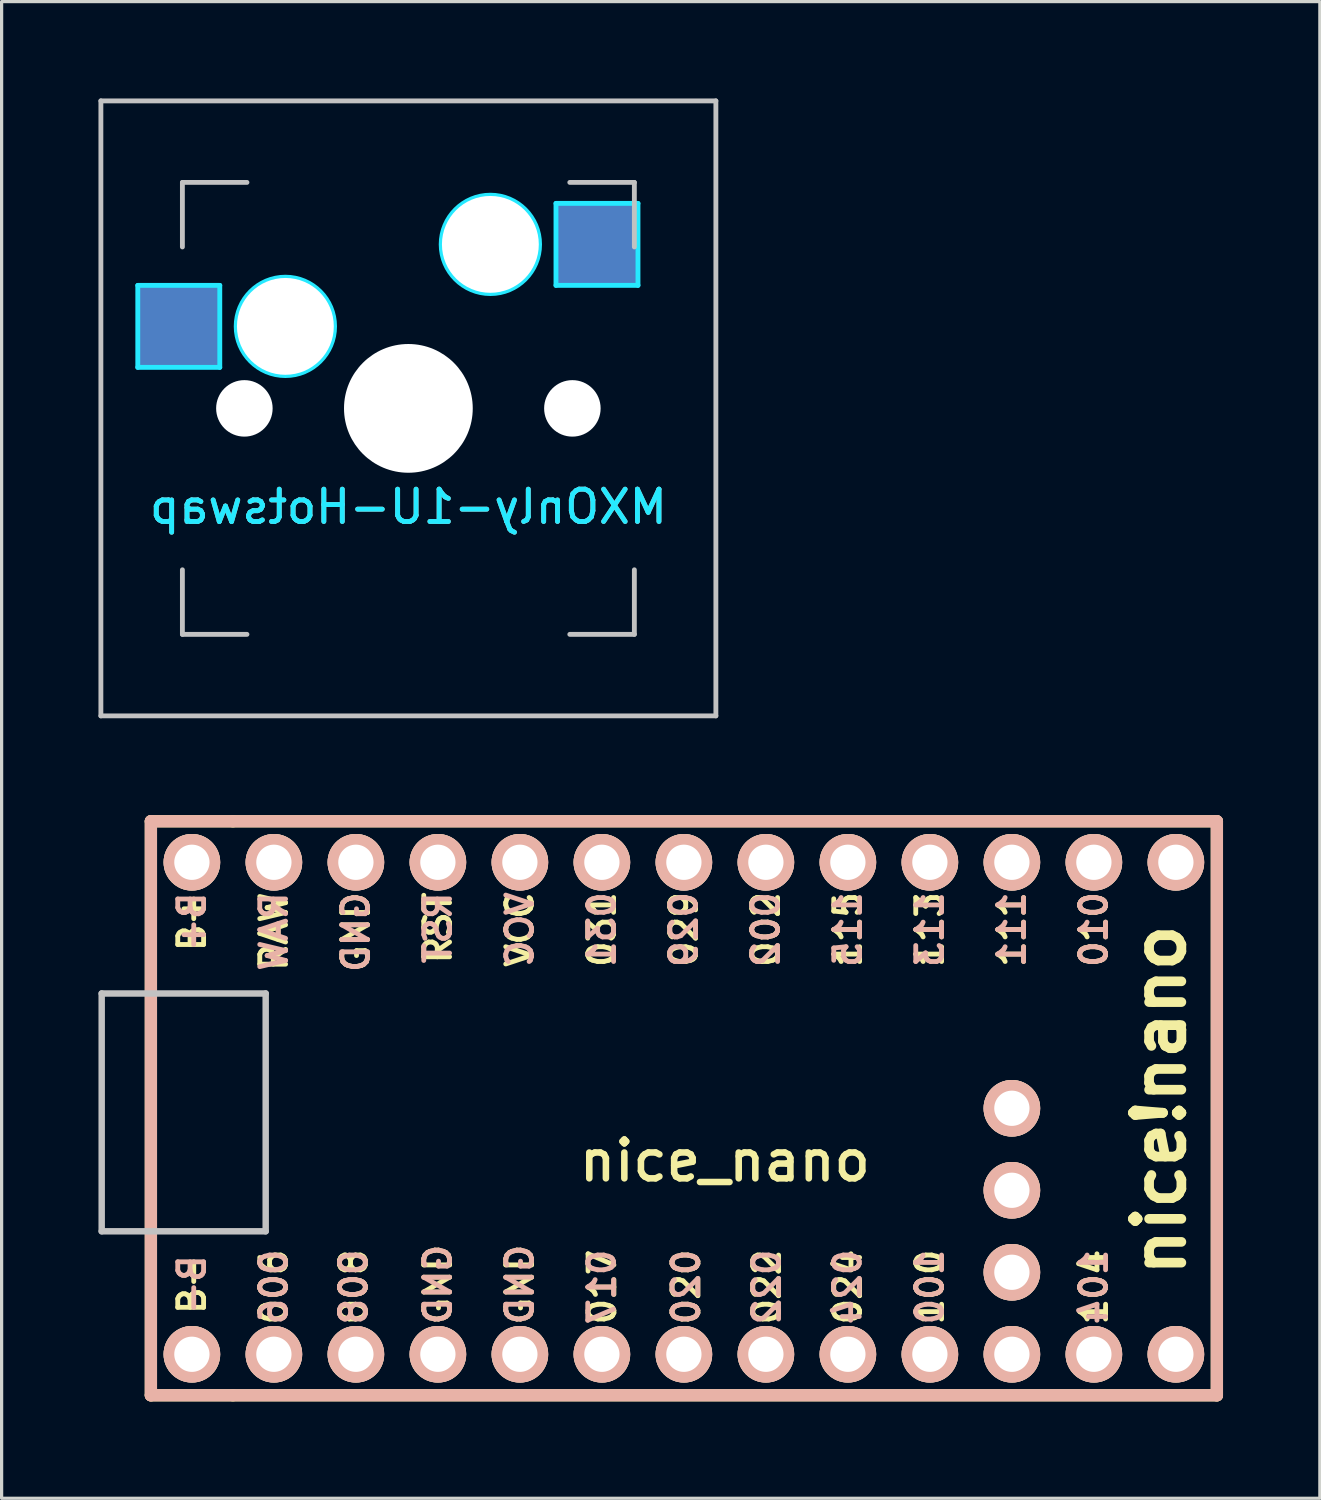
<source format=kicad_pcb>
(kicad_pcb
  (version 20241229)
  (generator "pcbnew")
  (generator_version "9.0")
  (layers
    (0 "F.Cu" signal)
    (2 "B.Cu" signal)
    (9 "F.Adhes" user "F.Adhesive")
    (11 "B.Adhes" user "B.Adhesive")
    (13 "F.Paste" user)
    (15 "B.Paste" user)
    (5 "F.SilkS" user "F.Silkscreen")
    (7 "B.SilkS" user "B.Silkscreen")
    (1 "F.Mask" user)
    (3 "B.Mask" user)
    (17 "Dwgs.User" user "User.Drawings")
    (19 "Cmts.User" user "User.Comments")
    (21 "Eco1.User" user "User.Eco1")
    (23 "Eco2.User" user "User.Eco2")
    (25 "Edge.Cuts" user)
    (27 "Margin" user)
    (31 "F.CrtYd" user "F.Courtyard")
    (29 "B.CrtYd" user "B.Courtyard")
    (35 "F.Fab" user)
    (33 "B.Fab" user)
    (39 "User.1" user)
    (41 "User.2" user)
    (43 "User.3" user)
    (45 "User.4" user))
  (footprint "nice_nano"
    (layer "F.Cu")
    (at 19.404 31.28)
    (property "Reference" "nice_nano" (at 0 1.625 0) (layer "F.SilkS") (effects (font (size 1.2 1.2) (thickness 0.203))))
    (attr through_hole)
    (fp_line (start -17.78 -8.89) (end -17.78 8.89) (stroke (width 0.381) (type solid)) (layer "F.SilkS"))
    (fp_line (start -17.78 8.89) (end -15.24 8.89) (stroke (width 0.381) (type solid)) (layer "F.SilkS"))
    (fp_line (start -15.24 -8.89) (end -17.78 -8.89) (stroke (width 0.381) (type solid)) (layer "F.SilkS"))
    (fp_line (start -15.24 8.89) (end 15.24 8.89) (stroke (width 0.381) (type solid)) (layer "F.SilkS"))
    (fp_line (start 15.24 -8.89) (end -15.24 -8.89) (stroke (width 0.381) (type solid)) (layer "F.SilkS"))
    (fp_line (start 15.24 8.89) (end 15.24 -8.89) (stroke (width 0.381) (type solid)) (layer "F.SilkS"))
    (fp_line (start -17.78 -8.89) (end -17.78 8.89) (stroke (width 0.381) (type solid)) (layer "B.SilkS"))
    (fp_line (start -17.78 8.89) (end 15.24 8.89) (stroke (width 0.381) (type solid)) (layer "B.SilkS"))
    (fp_line (start 15.24 -8.89) (end -17.78 -8.89) (stroke (width 0.381) (type solid)) (layer "B.SilkS"))
    (fp_line (start 15.24 8.89) (end 15.24 -8.89) (stroke (width 0.381) (type solid)) (layer "B.SilkS"))
    (fp_line (start -19.304 -3.556) (end -14.224 -3.556) (stroke (width 0.2) (type solid)) (layer "Dwgs.User"))
    (fp_line (start -19.304 3.81) (end -19.304 -3.556) (stroke (width 0.2) (type solid)) (layer "Dwgs.User"))
    (fp_line (start -14.224 -3.556) (end -14.224 3.81) (stroke (width 0.2) (type solid)) (layer "Dwgs.User"))
    (fp_line (start -14.224 3.81) (end -19.304 3.81) (stroke (width 0.2) (type solid)) (layer "Dwgs.User"))
    (fp_text user "GND" (at -6.35 5.461 90) (layer "F.SilkS") (effects (font (size 0.8 0.8) (thickness 0.15))))
    (fp_text user "B+" (at -16.51 -5.778 90) (layer "F.SilkS") (effects (font (size 0.8 0.8) (thickness 0.15))))
    (fp_text user "115" (at 3.81 -5.537 90) (layer "F.SilkS") (effects (font (size 0.8 0.8) (thickness 0.15))))
    (fp_text user "017" (at -3.8 5.537 90) (layer "F.SilkS") (effects (font (size 0.8 0.8) (thickness 0.15))))
    (fp_text user "020" (at -1.2 5.537 90) (layer "F.SilkS") (effects (font (size 0.8 0.8) (thickness 0.15))))
    (fp_text user "GND" (at -11.43 -5.455 90) (layer "F.SilkS") (effects (font (size 0.8 0.8) (thickness 0.15))))
    (fp_text user "006" (at -13.97 5.537 90) (layer "F.SilkS") (effects (font (size 0.8 0.8) (thickness 0.15))))
    (fp_text user "022" (at 1.3 5.537 90) (layer "F.SilkS") (effects (font (size 0.8 0.8) (thickness 0.15))))
    (fp_text user "029" (at -1.27 -5.537 90) (layer "F.SilkS") (effects (font (size 0.8 0.8) (thickness 0.15))))
    (fp_text user "031" (at -3.81 -5.537 90) (layer "F.SilkS") (effects (font (size 0.8 0.8) (thickness 0.15))))
    (fp_text user "VCC" (at -6.35 -5.537 90) (layer "F.SilkS") (effects (font (size 0.8 0.8) (thickness 0.15))))
    (fp_text user "RST" (at -8.89 -5.588 90) (layer "F.SilkS") (effects (font (size 0.8 0.8) (thickness 0.15))))
    (fp_text user "B-" (at -16.51 5.461 90) (layer "F.SilkS") (effects (font (size 0.8 0.8) (thickness 0.15))))
    (fp_text user "008" (at -11.5 5.537 90) (layer "F.SilkS") (effects (font (size 0.8 0.8) (thickness 0.15))))
    (fp_text user "010" (at 11.43 -5.537 90) (layer "F.SilkS") (effects (font (size 0.8 0.8) (thickness 0.15))))
    (fp_text user "024" (at 3.81 5.537 90) (layer "F.SilkS") (effects (font (size 0.8 0.8) (thickness 0.15))))
    (fp_text user "111" (at 8.89 -5.537 90) (layer "F.SilkS") (effects (font (size 0.8 0.8) (thickness 0.15))))
    (fp_text user "002" (at 1.27 -5.537 90) (layer "F.SilkS") (effects (font (size 0.8 0.8) (thickness 0.15))))
    (fp_text user "nice!nano" (at 13.462 -0.254 90) (layer "F.SilkS") (effects (font (size 1.5 1.5) (thickness 0.3))))
    (fp_text user "RAW" (at -13.97 -5.474 90) (layer "F.SilkS") (effects (font (size 0.8 0.8) (thickness 0.15))))
    (fp_text user "104" (at 11.43 5.537 90) (layer "F.SilkS") (effects (font (size 0.8 0.8) (thickness 0.15))))
    (fp_text user "113" (at 6.35 -5.537 90) (layer "F.SilkS") (effects (font (size 0.8 0.8) (thickness 0.15))))
    (fp_text user "GND" (at -8.89 5.461 90) (layer "F.SilkS") (effects (font (size 0.8 0.8) (thickness 0.15))))
    (fp_text user "100" (at 6.35 5.537 90) (layer "F.SilkS") (effects (font (size 0.8 0.8) (thickness 0.15))))
    (fp_text user "113" (at 6.35 -5.537 90) (layer "B.SilkS") (effects (font (size 0.8 0.8) (thickness 0.15)) (justify mirror)))
    (fp_text user "010" (at 11.43 -5.537 90) (layer "B.SilkS") (effects (font (size 0.8 0.8) (thickness 0.15)) (justify mirror)))
    (fp_text user "031" (at -3.81 -5.537 90) (layer "B.SilkS") (effects (font (size 0.8 0.8) (thickness 0.15)) (justify mirror)))
    (fp_text user "024" (at 3.8 5.537 90) (layer "B.SilkS") (effects (font (size 0.8 0.8) (thickness 0.15)) (justify mirror)))
    (fp_text user "GND" (at -11.43 -5.455 90) (layer "B.SilkS") (effects (font (size 0.8 0.8) (thickness 0.15)) (justify mirror)))
    (fp_text user "115" (at 3.81 -5.537 90) (layer "B.SilkS") (effects (font (size 0.8 0.8) (thickness 0.15)) (justify mirror)))
    (fp_text user "006" (at -13.97 5.537 90) (layer "B.SilkS") (effects (font (size 0.8 0.8) (thickness 0.15)) (justify mirror)))
    (fp_text user "100" (at 6.35 5.537 90) (layer "B.SilkS") (effects (font (size 0.8 0.8) (thickness 0.15)) (justify mirror)))
    (fp_text user "008" (at -11.5 5.537 90) (layer "B.SilkS") (effects (font (size 0.8 0.8) (thickness 0.15)) (justify mirror)))
    (fp_text user "GND" (at -8.89 5.461 90) (layer "B.SilkS") (effects (font (size 0.8 0.8) (thickness 0.15)) (justify mirror)))
    (fp_text user "002" (at 1.27 -5.537 90) (layer "B.SilkS") (effects (font (size 0.8 0.8) (thickness 0.15)) (justify mirror)))
    (fp_text user "VCC" (at -6.35 -5.537 90) (layer "B.SilkS") (effects (font (size 0.8 0.8) (thickness 0.15)) (justify mirror)))
    (fp_text user "029" (at -1.27 -5.537 90) (layer "B.SilkS") (effects (font (size 0.8 0.8) (thickness 0.15)) (justify mirror)))
    (fp_text user "B+" (at -16.51 -5.778 90) (layer "B.SilkS") (effects (font (size 0.8 0.8) (thickness 0.15)) (justify mirror)))
    (fp_text user "017" (at -3.81 5.537 90) (layer "B.SilkS") (effects (font (size 0.8 0.8) (thickness 0.15)) (justify mirror)))
    (fp_text user "B-" (at -16.51 5.461 90) (layer "B.SilkS") (effects (font (size 0.8 0.8) (thickness 0.15)) (justify mirror)))
    (fp_text user "RST" (at -8.89 -5.588 90) (layer "B.SilkS") (effects (font (size 0.8 0.8) (thickness 0.15)) (justify mirror)))
    (fp_text user "GND" (at -6.35 5.461 90) (layer "B.SilkS") (effects (font (size 0.8 0.8) (thickness 0.15)) (justify mirror)))
    (fp_text user "111" (at 8.89 -5.537 90) (layer "B.SilkS") (effects (font (size 0.8 0.8) (thickness 0.15)) (justify mirror)))
    (fp_text user "022" (at 1.3 5.537 90) (layer "B.SilkS") (effects (font (size 0.8 0.8) (thickness 0.15)) (justify mirror)))
    (fp_text user "020" (at -1.2 5.537 90) (layer "B.SilkS") (effects (font (size 0.8 0.8) (thickness 0.15)) (justify mirror)))
    (fp_text user "104" (at 11.43 5.537 90) (layer "B.SilkS") (effects (font (size 0.8 0.8) (thickness 0.15)) (justify mirror)))
    (fp_text user "RAW" (at -13.97 -5.474 90) (layer "B.SilkS") (effects (font (size 0.8 0.8) (thickness 0.15)) (justify mirror)))
    (pad "1" thru_hole circle (at -13.97 7.62) (size 1.753 1.753) (drill 1.092) (layers "*.Cu" "*.SilkS" "*.Mask"))
    (pad "2" thru_hole circle (at -11.43 7.62) (size 1.753 1.753) (drill 1.092) (layers "*.Cu" "*.SilkS" "*.Mask"))
    (pad "3" thru_hole circle (at -8.89 7.62) (size 1.753 1.753) (drill 1.092) (layers "*.Cu" "*.SilkS" "*.Mask"))
    (pad "4" thru_hole circle (at -6.35 7.62) (size 1.753 1.753) (drill 1.092) (layers "*.Cu" "*.SilkS" "*.Mask"))
    (pad "5" thru_hole circle (at -3.81 7.62) (size 1.753 1.753) (drill 1.092) (layers "*.Cu" "*.SilkS" "*.Mask"))
    (pad "6" thru_hole circle (at -1.27 7.62) (size 1.753 1.753) (drill 1.092) (layers "*.Cu" "*.SilkS" "*.Mask"))
    (pad "7" thru_hole circle (at 1.27 7.62) (size 1.753 1.753) (drill 1.092) (layers "*.Cu" "*.SilkS" "*.Mask"))
    (pad "8" thru_hole circle (at 3.81 7.62) (size 1.753 1.753) (drill 1.092) (layers "*.Cu" "*.SilkS" "*.Mask"))
    (pad "9" thru_hole circle (at 6.35 7.62) (size 1.753 1.753) (drill 1.092) (layers "*.Cu" "*.SilkS" "*.Mask"))
    (pad "10" thru_hole circle (at 8.89 7.62) (size 1.753 1.753) (drill 1.092) (layers "*.Cu" "*.SilkS" "*.Mask"))
    (pad "11" thru_hole circle (at 11.43 7.62) (size 1.753 1.753) (drill 1.092) (layers "*.Cu" "*.SilkS" "*.Mask"))
    (pad "12" thru_hole circle (at 13.97 7.62) (size 1.753 1.753) (drill 1.092) (layers "*.Cu" "*.SilkS" "*.Mask"))
    (pad "13" thru_hole circle (at 13.97 -7.62) (size 1.753 1.753) (drill 1.092) (layers "*.Cu" "*.SilkS" "*.Mask"))
    (pad "14" thru_hole circle (at 11.43 -7.62) (size 1.753 1.753) (drill 1.092) (layers "*.Cu" "*.SilkS" "*.Mask"))
    (pad "15" thru_hole circle (at 8.89 -7.62) (size 1.753 1.753) (drill 1.092) (layers "*.Cu" "*.SilkS" "*.Mask"))
    (pad "16" thru_hole circle (at 6.35 -7.62) (size 1.753 1.753) (drill 1.092) (layers "*.Cu" "*.SilkS" "*.Mask"))
    (pad "17" thru_hole circle (at 3.81 -7.62) (size 1.753 1.753) (drill 1.092) (layers "*.Cu" "*.SilkS" "*.Mask"))
    (pad "18" thru_hole circle (at 1.27 -7.62) (size 1.753 1.753) (drill 1.092) (layers "*.Cu" "*.SilkS" "*.Mask"))
    (pad "19" thru_hole circle (at -1.27 -7.62) (size 1.753 1.753) (drill 1.092) (layers "*.Cu" "*.SilkS" "*.Mask"))
    (pad "20" thru_hole circle (at -3.81 -7.62) (size 1.753 1.753) (drill 1.092) (layers "*.Cu" "*.SilkS" "*.Mask"))
    (pad "21" thru_hole circle (at -6.35 -7.62) (size 1.753 1.753) (drill 1.092) (layers "*.Cu" "*.SilkS" "*.Mask"))
    (pad "22" thru_hole circle (at -8.89 -7.62) (size 1.753 1.753) (drill 1.092) (layers "*.Cu" "*.SilkS" "*.Mask"))
    (pad "23" thru_hole circle (at -11.43 -7.62) (size 1.753 1.753) (drill 1.092) (layers "*.Cu" "*.SilkS" "*.Mask"))
    (pad "24" thru_hole circle (at -13.97 -7.62) (size 1.753 1.753) (drill 1.092) (layers "*.Cu" "*.SilkS" "*.Mask"))
    (pad "30" thru_hole circle (at -16.51 7.62) (size 1.753 1.753) (drill 1.092) (layers "*.Cu" "*.SilkS" "*.Mask"))
    (pad "31" thru_hole circle (at 8.89 5.08) (size 1.753 1.753) (drill 1.092) (layers "*.Cu" "*.SilkS" "*.Mask"))
    (pad "32" thru_hole circle (at 8.89 2.54) (size 1.753 1.753) (drill 1.092) (layers "*.Cu" "*.SilkS" "*.Mask"))
    (pad "33" thru_hole circle (at 8.89 0) (size 1.753 1.753) (drill 1.092) (layers "*.Cu" "*.SilkS" "*.Mask"))
    (pad "34" thru_hole circle (at -16.51 -7.62) (size 1.753 1.753) (drill 1.092) (layers "*.Cu" "*.SilkS" "*.Mask")))
  (footprint "MXOnly-1U-Hotswap"
    (layer "F.Cu")
    (at 9.6 9.6)
    (property "Reference" "MXOnly-1U-Hotswap" (at 0 3.048 0) (layer "B.CrtYd") (effects (font (size 1 1) (thickness 0.15)) (justify mirror)))
    (attr smd)
    (fp_line (start -9.525 -9.525) (end 9.525 -9.525) (stroke (width 0.15) (type solid)) (layer "Dwgs.User"))
    (fp_line (start -9.525 9.525) (end -9.525 -9.525) (stroke (width 0.15) (type solid)) (layer "Dwgs.User"))
    (fp_line (start -7 -7) (end -7 -5) (stroke (width 0.15) (type solid)) (layer "Dwgs.User"))
    (fp_line (start -7 5) (end -7 7) (stroke (width 0.15) (type solid)) (layer "Dwgs.User"))
    (fp_line (start -7 7) (end -5 7) (stroke (width 0.15) (type solid)) (layer "Dwgs.User"))
    (fp_line (start -5 -7) (end -7 -7) (stroke (width 0.15) (type solid)) (layer "Dwgs.User"))
    (fp_line (start 5 -7) (end 7 -7) (stroke (width 0.15) (type solid)) (layer "Dwgs.User"))
    (fp_line (start 5 7) (end 7 7) (stroke (width 0.15) (type solid)) (layer "Dwgs.User"))
    (fp_line (start 7 -7) (end 7 -5) (stroke (width 0.15) (type solid)) (layer "Dwgs.User"))
    (fp_line (start 7 7) (end 7 5) (stroke (width 0.15) (type solid)) (layer "Dwgs.User"))
    (fp_line (start 9.525 -9.525) (end 9.525 9.525) (stroke (width 0.15) (type solid)) (layer "Dwgs.User"))
    (fp_line (start 9.525 9.525) (end -9.525 9.525) (stroke (width 0.15) (type solid)) (layer "Dwgs.User"))
    (fp_line (start -8.382 -3.81) (end -8.382 -1.27) (stroke (width 0.15) (type solid)) (layer "B.CrtYd"))
    (fp_line (start -8.382 -1.27) (end -5.842 -1.27) (stroke (width 0.15) (type solid)) (layer "B.CrtYd"))
    (fp_line (start -5.842 -3.81) (end -8.382 -3.81) (stroke (width 0.15) (type solid)) (layer "B.CrtYd"))
    (fp_line (start -5.842 -1.27) (end -5.842 -3.81) (stroke (width 0.15) (type solid)) (layer "B.CrtYd"))
    (fp_line (start 4.572 -6.35) (end 7.112 -6.35) (stroke (width 0.15) (type solid)) (layer "B.CrtYd"))
    (fp_line (start 4.572 -3.81) (end 4.572 -6.35) (stroke (width 0.15) (type solid)) (layer "B.CrtYd"))
    (fp_line (start 7.112 -6.35) (end 7.112 -3.81) (stroke (width 0.15) (type solid)) (layer "B.CrtYd"))
    (fp_line (start 7.112 -3.81) (end 4.572 -3.81) (stroke (width 0.15) (type solid)) (layer "B.CrtYd"))
    (fp_circle (center -3.81 -2.54) (end -3.81 -4.064) (stroke (width 0.15) (type solid)) (fill no) (layer "B.CrtYd"))
    (fp_circle (center 2.54 -5.08) (end 2.54 -6.604) (stroke (width 0.15) (type solid)) (fill no) (layer "B.CrtYd"))
    (fp_text user "${REFERENCE}" (at 0 3.048 0) (layer "B.SilkS") (effects (font (size 1 1) (thickness 0.15)) (justify mirror)))
    (pad "" np_thru_hole circle (at -5.08 0 48.1) (size 1.75 1.75) (drill 1.75) (layers "*.Cu" "*.Mask"))
    (pad "" np_thru_hole circle (at -3.81 -2.54) (size 3 3) (drill 3) (layers "*.Cu" "*.Mask"))
    (pad "" np_thru_hole circle (at 0 0) (size 3.988 3.988) (drill 3.988) (layers "*.Cu" "*.Mask"))
    (pad "" np_thru_hole circle (at 2.54 -5.08) (size 3 3) (drill 3) (layers "*.Cu" "*.Mask"))
    (pad "" np_thru_hole circle (at 5.08 0 48.1) (size 1.75 1.75) (drill 1.75) (layers "*.Cu" "*.Mask"))
    (pad "1" smd rect (at -7.085 -2.54) (size 2.55 2.5) (layers "B.Cu" "B.Mask" "B.Paste"))
    (pad "2" smd rect (at 5.842 -5.08) (size 2.55 2.5) (layers "B.Cu" "B.Mask" "B.Paste")))
  (gr_rect
    (start -3 -3)
    (end 37.834 43.361)
    (stroke (width 0.1) (type default))
    (fill no)
    (layer "Edge.Cuts")))
</source>
